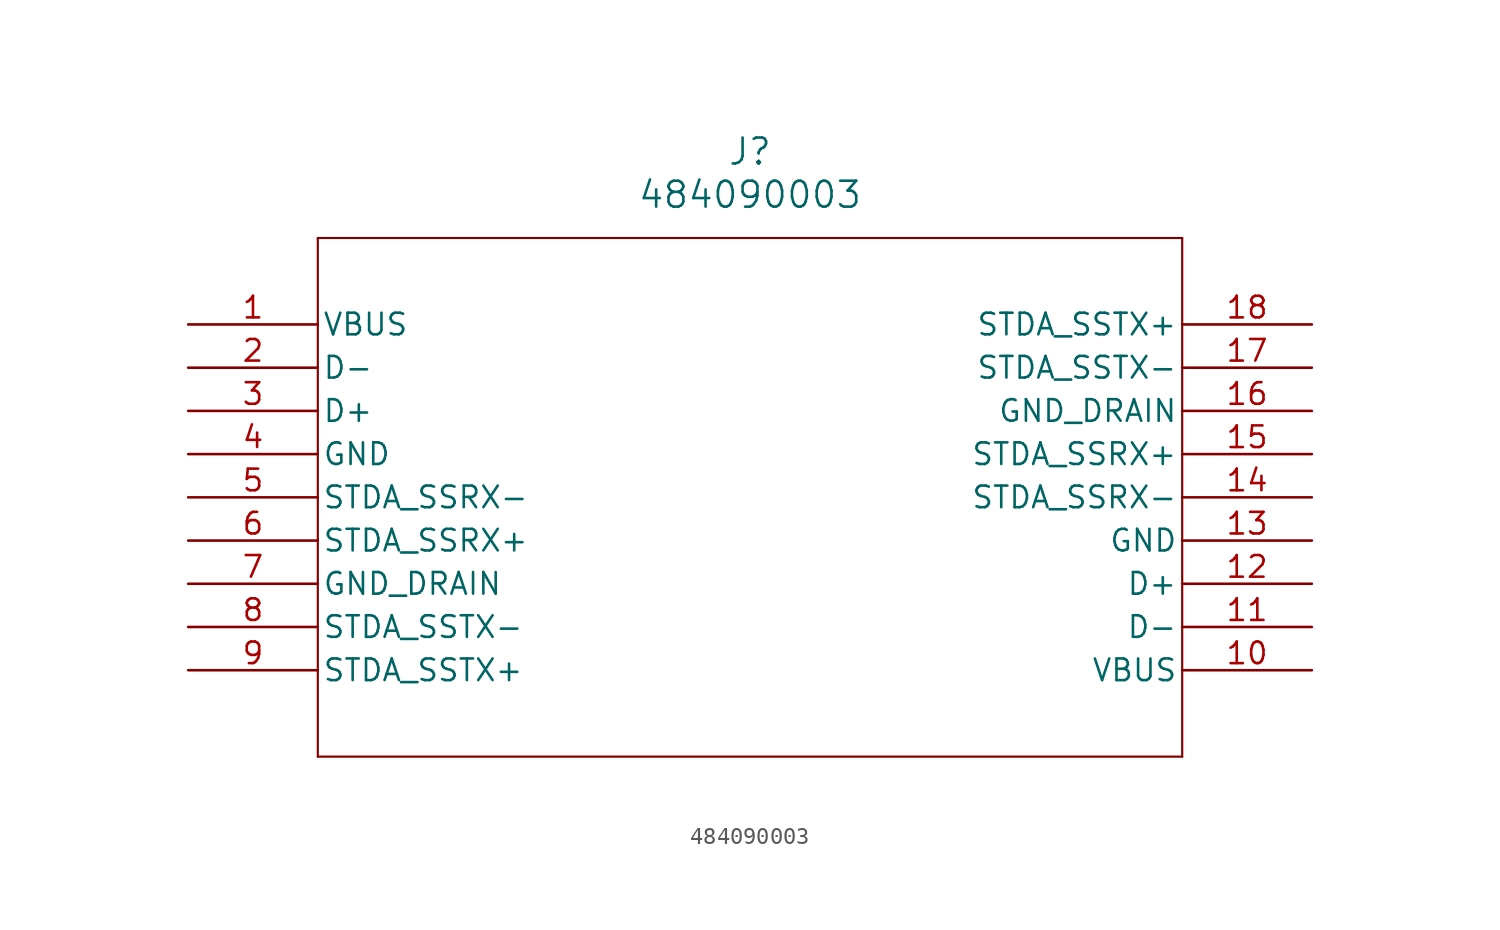
<source format=kicad_sym>
(kicad_symbol_lib
  (version 20211014)
  (generator kicad_symbol_editor)
  (symbol "484090003"
    (pin_names
      (offset 0.254))
    (property "Reference" "J"
      (at 33.02 10.16 0)
      (effects (font (size 1.524 1.524))))
    (property "Value" "484090003"
      (at 33.02 7.62 0)
      (effects (font (size 1.524 1.524))))
    (symbol "484090003_0_1"
      (polyline (pts (xy 7.62 5.08) (xy 7.62 -25.4)) (stroke (width 0.127) (type default) (color 0 0 0 0)) (fill (type none)))
      (polyline (pts (xy 7.62 -25.4) (xy 58.42 -25.4)) (stroke (width 0.127) (type default) (color 0 0 0 0)) (fill (type none)))
      (polyline (pts (xy 58.42 -25.4) (xy 58.42 5.08)) (stroke (width 0.127) (type default) (color 0 0 0 0)) (fill (type none)))
      (polyline (pts (xy 58.42 5.08) (xy 7.62 5.08)) (stroke (width 0.127) (type default) (color 0 0 0 0)) (fill (type none)))
      (pin power_in line (at 0 0 0) (length 7.62) (name "VBUS" (effects (font (size 1.27 1.27)))) (number "1" (effects (font (size 1.27 1.27)))))
      (pin bidirectional line (at 0 -2.54 0) (length 7.62) (name "D-" (effects (font (size 1.27 1.27)))) (number "2" (effects (font (size 1.27 1.27)))))
      (pin bidirectional line (at 0 -5.08 0) (length 7.62) (name "D+" (effects (font (size 1.27 1.27)))) (number "3" (effects (font (size 1.27 1.27)))))
      (pin power_out line (at 0 -7.62 0) (length 7.62) (name "GND" (effects (font (size 1.27 1.27)))) (number "4" (effects (font (size 1.27 1.27)))))
      (pin input line (at 0 -10.16 0) (length 7.62) (name "STDA_SSRX-" (effects (font (size 1.27 1.27)))) (number "5" (effects (font (size 1.27 1.27)))))
      (pin input line (at 0 -12.7 0) (length 7.62) (name "STDA_SSRX+" (effects (font (size 1.27 1.27)))) (number "6" (effects (font (size 1.27 1.27)))))
      (pin power_out line (at 0 -15.24 0) (length 7.62) (name "GND_DRAIN" (effects (font (size 1.27 1.27)))) (number "7" (effects (font (size 1.27 1.27)))))
      (pin output line (at 0 -17.78 0) (length 7.62) (name "STDA_SSTX-" (effects (font (size 1.27 1.27)))) (number "8" (effects (font (size 1.27 1.27)))))
      (pin output line (at 0 -20.32 0) (length 7.62) (name "STDA_SSTX+" (effects (font (size 1.27 1.27)))) (number "9" (effects (font (size 1.27 1.27)))))
      (pin power_in line (at 66.04 -20.32 180) (length 7.62) (name "VBUS" (effects (font (size 1.27 1.27)))) (number "10" (effects (font (size 1.27 1.27)))))
      (pin bidirectional line (at 66.04 -17.78 180) (length 7.62) (name "D-" (effects (font (size 1.27 1.27)))) (number "11" (effects (font (size 1.27 1.27)))))
      (pin bidirectional line (at 66.04 -15.24 180) (length 7.62) (name "D+" (effects (font (size 1.27 1.27)))) (number "12" (effects (font (size 1.27 1.27)))))
      (pin power_out line (at 66.04 -12.7 180) (length 7.62) (name "GND" (effects (font (size 1.27 1.27)))) (number "13" (effects (font (size 1.27 1.27)))))
      (pin input line (at 66.04 -10.16 180) (length 7.62) (name "STDA_SSRX-" (effects (font (size 1.27 1.27)))) (number "14" (effects (font (size 1.27 1.27)))))
      (pin input line (at 66.04 -7.62 180) (length 7.62) (name "STDA_SSRX+" (effects (font (size 1.27 1.27)))) (number "15" (effects (font (size 1.27 1.27)))))
      (pin power_out line (at 66.04 -5.08 180) (length 7.62) (name "GND_DRAIN" (effects (font (size 1.27 1.27)))) (number "16" (effects (font (size 1.27 1.27)))))
      (pin output line (at 66.04 -2.54 180) (length 7.62) (name "STDA_SSTX-" (effects (font (size 1.27 1.27)))) (number "17" (effects (font (size 1.27 1.27)))))
      (pin output line (at 66.04 0 180) (length 7.62) (name "STDA_SSTX+" (effects (font (size 1.27 1.27)))) (number "18" (effects (font (size 1.27 1.27))))))))
</source>
